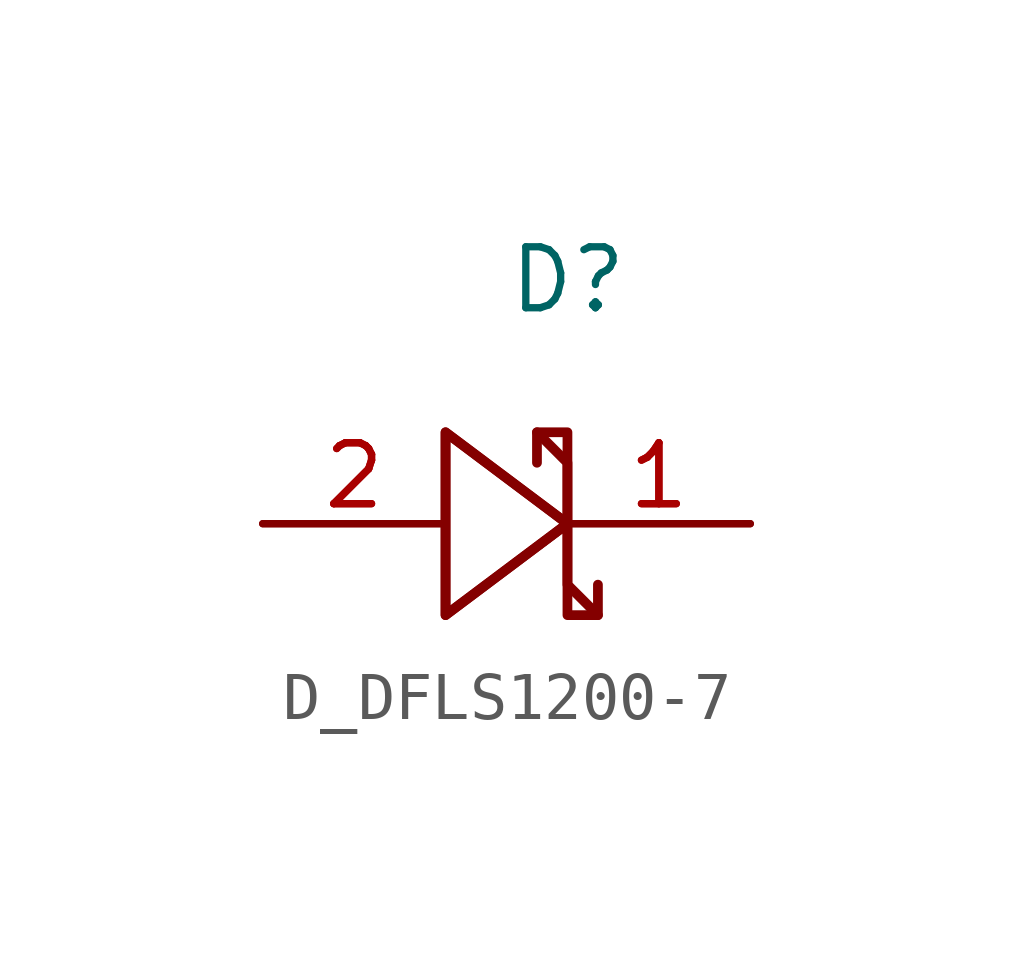
<source format=kicad_sym>
(kicad_symbol_lib
  (version 20231120)
  (generator kicad_symbol_editor)
  (generator_version 8.0)
  (symbol "D_DFLS1200-7"
    (pin_names
      (offset 0.254))
    (property "Reference" "D"
      (at 0 5.08 0)
      (effects (font (size 1.27 1.27)) (justify left)))
    (symbol "D_DFLS1200-7_1_0"
      (polyline (pts (xy 0.635 1.27) (xy 0.635 1.905) (xy 1.27 1.905) (xy 1.27 0) (xy -1.27 1.905) (xy -1.27 -1.905) (xy 1.27 0) (xy 1.27 -1.905) (xy 1.905 -1.905) (xy 1.905 -1.27)) (stroke (width 0.203) (type default)) (fill (type none)))
      (pin unspecified line (at 5.08 0 180) (length 3.81) (name "" (effects (font (size 1.27 1.27)))) (number "1" (effects (font (size 1.27 1.27)))))
      (pin unspecified line (at -5.08 0 0) (length 3.81) (name "" (effects (font (size 1.27 1.27)))) (number "2" (effects (font (size 1.27 1.27))))))
    (symbol "D_DFLS1200-7_1_0"
      (polyline (pts (xy 0.635 1.905) (xy 1.27 1.27) (xy 1.27 0) (xy -1.27 1.905) (xy -1.27 -1.905) (xy 1.27 0) (xy 1.27 -1.27) (xy 1.905 -1.905)) (stroke (width 0.203) (type default)) (fill (type none)))
      (pin unspecified line (at 5.08 0 180) (length 3.81) (name "" (effects (font (size 1.27 1.27)))) (number "1" (effects (font (size 1.27 1.27)))))
      (pin unspecified line (at -5.08 0 0) (length 3.81) (name "" (effects (font (size 1.27 1.27)))) (number "2" (effects (font (size 1.27 1.27))))))))
</source>
